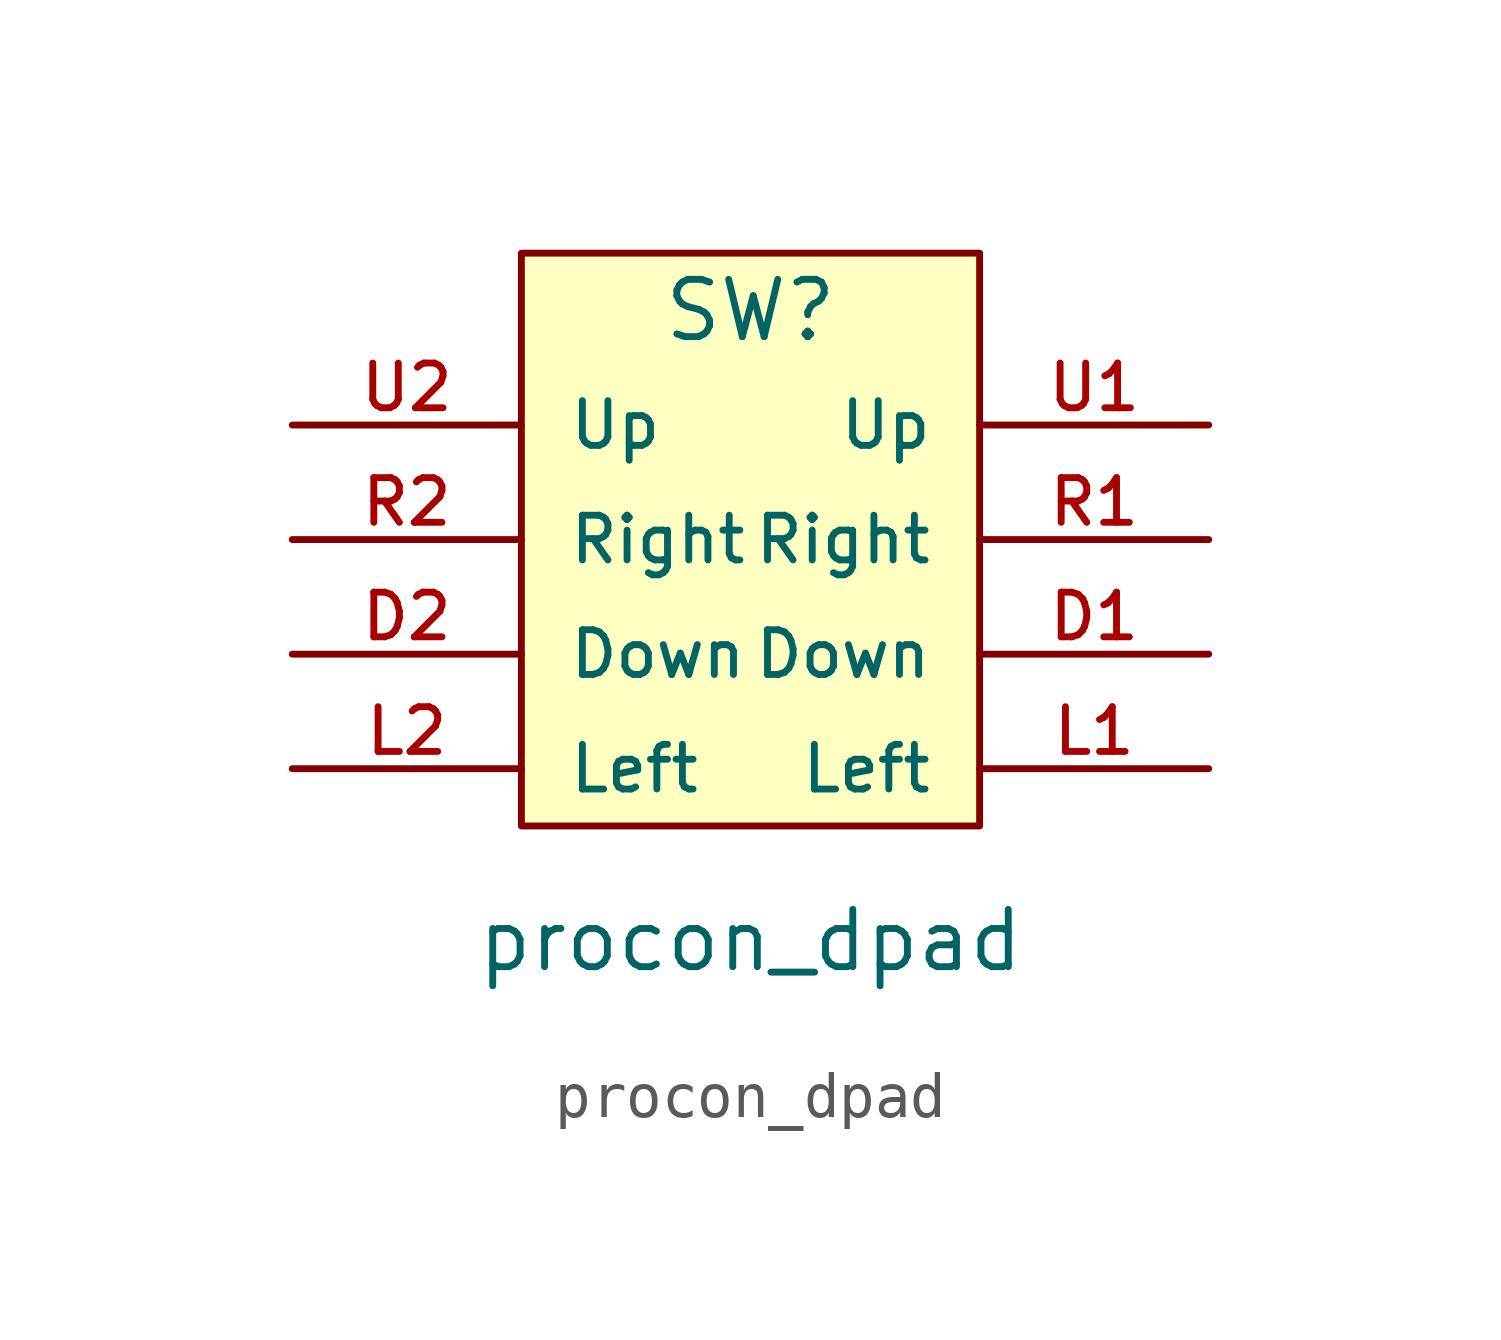
<source format=kicad_sym>
(kicad_symbol_lib
  (version 20211014)
  (generator kicad_symbol_editor)
  (symbol "procon_dpad"
    (pin_names
      (offset 1.016))
    (property "Reference" "SW"
      (at 0 16.51 0)
      (effects (font (size 1.27 1.27))))
    (property "Value" "procon_dpad"
      (at 0 2.54 0)
      (effects (font (size 1.27 1.27))))
    (symbol "procon_dpad_0_1"
      (rectangle (start -5.08 17.78) (end 5.08 5.08) (stroke (width 0) (type default) (color 0 0 0 0)) (fill (type background))))
    (symbol "procon_dpad_1_1"
      (pin input line (at 10.16 8.89 180) (length 5.08) (name "Down" (effects (font (size 0.991 0.991)))) (number "D1" (effects (font (size 0.991 0.991)))))
      (pin input line (at -10.16 8.89 0) (length 5.08) (name "Down" (effects (font (size 0.991 0.991)))) (number "D2" (effects (font (size 0.991 0.991)))))
      (pin input line (at 10.16 6.35 180) (length 5.08) (name "Left" (effects (font (size 0.991 0.991)))) (number "L1" (effects (font (size 0.991 0.991)))))
      (pin input line (at -10.16 6.35 0) (length 5.08) (name "Left" (effects (font (size 0.991 0.991)))) (number "L2" (effects (font (size 0.991 0.991)))))
      (pin input line (at 10.16 11.43 180) (length 5.08) (name "Right" (effects (font (size 0.991 0.991)))) (number "R1" (effects (font (size 0.991 0.991)))))
      (pin input line (at -10.16 11.43 0) (length 5.08) (name "Right" (effects (font (size 0.991 0.991)))) (number "R2" (effects (font (size 0.991 0.991)))))
      (pin input line (at 10.16 13.97 180) (length 5.08) (name "Up" (effects (font (size 0.991 0.991)))) (number "U1" (effects (font (size 0.991 0.991)))))
      (pin input line (at -10.16 13.97 0) (length 5.08) (name "Up" (effects (font (size 0.991 0.991)))) (number "U2" (effects (font (size 0.991 0.991))))))))
</source>
